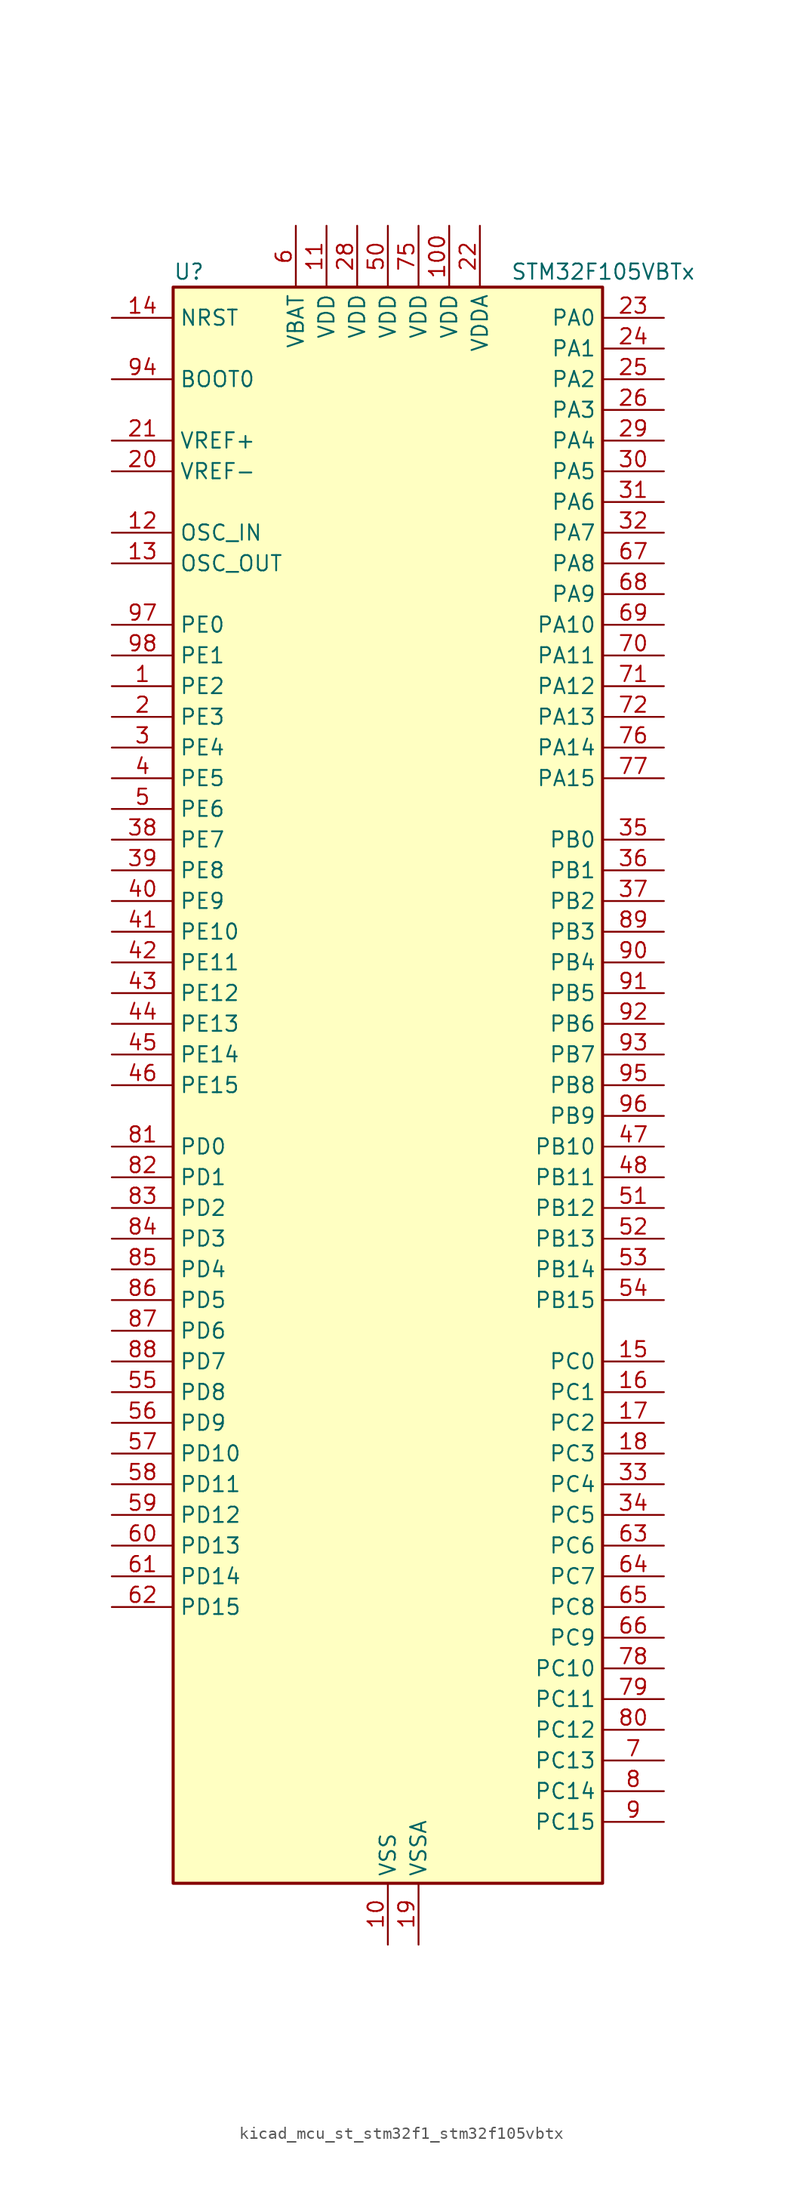
<source format=kicad_sym>
(kicad_symbol_lib
  (version 20220914)
  (generator kicad_symbol_editor)
  (symbol "kicad_mcu_st_stm32f1_stm32f105vbtx"
    (property "Reference" "U"
      (at -17.78 67.31 0)
      (effects (font (size 1.27 1.27)) (justify left)))
    (property "Value" "STM32F105VBTx"
      (at 10.16 67.31 0)
      (effects (font (size 1.27 1.27)) (justify left)))
    (property "ki_locked" ""
      (at 0 0 0)
      (effects (font (size 1.27 1.27))))
    (symbol "kicad_mcu_st_stm32f1_stm32f105vbtx_0_1"
      (rectangle (start -17.78 -66.04) (end 17.78 66.04) (stroke (width 0.254) (type default)) (fill (type background))))
    (symbol "kicad_mcu_st_stm32f1_stm32f105vbtx_1_1"
      (pin bidirectional line (at -22.86 33.02 0) (length 5.08) (name "PE2" (effects (font (size 1.27 1.27)))) (number "1" (effects (font (size 1.27 1.27)))) (alternate "SYS_TRACECLK" bidirectional line))
      (pin power_in line (at 0 -71.12 90) (length 5.08) (name "VSS" (effects (font (size 1.27 1.27)))) (number "10" (effects (font (size 1.27 1.27)))))
      (pin power_in line (at 5.08 71.12 270) (length 5.08) (name "VDD" (effects (font (size 1.27 1.27)))) (number "100" (effects (font (size 1.27 1.27)))))
      (pin power_in line (at -5.08 71.12 270) (length 5.08) (name "VDD" (effects (font (size 1.27 1.27)))) (number "11" (effects (font (size 1.27 1.27)))))
      (pin input line (at -22.86 45.72 0) (length 5.08) (name "OSC_IN" (effects (font (size 1.27 1.27)))) (number "12" (effects (font (size 1.27 1.27)))) (alternate "RCC_OSC_IN" bidirectional line))
      (pin input line (at -22.86 43.18 0) (length 5.08) (name "OSC_OUT" (effects (font (size 1.27 1.27)))) (number "13" (effects (font (size 1.27 1.27)))) (alternate "RCC_OSC_OUT" bidirectional line))
      (pin input line (at -22.86 63.5 0) (length 5.08) (name "NRST" (effects (font (size 1.27 1.27)))) (number "14" (effects (font (size 1.27 1.27)))))
      (pin bidirectional line (at 22.86 -22.86 180) (length 5.08) (name "PC0" (effects (font (size 1.27 1.27)))) (number "15" (effects (font (size 1.27 1.27)))) (alternate "ADC1_IN10" bidirectional line) (alternate "ADC2_IN10" bidirectional line))
      (pin bidirectional line (at 22.86 -25.4 180) (length 5.08) (name "PC1" (effects (font (size 1.27 1.27)))) (number "16" (effects (font (size 1.27 1.27)))) (alternate "ADC1_IN11" bidirectional line) (alternate "ADC2_IN11" bidirectional line))
      (pin bidirectional line (at 22.86 -27.94 180) (length 5.08) (name "PC2" (effects (font (size 1.27 1.27)))) (number "17" (effects (font (size 1.27 1.27)))) (alternate "ADC1_IN12" bidirectional line) (alternate "ADC2_IN12" bidirectional line))
      (pin bidirectional line (at 22.86 -30.48 180) (length 5.08) (name "PC3" (effects (font (size 1.27 1.27)))) (number "18" (effects (font (size 1.27 1.27)))) (alternate "ADC1_IN13" bidirectional line) (alternate "ADC2_IN13" bidirectional line))
      (pin power_in line (at 2.54 -71.12 90) (length 5.08) (name "VSSA" (effects (font (size 1.27 1.27)))) (number "19" (effects (font (size 1.27 1.27)))))
      (pin bidirectional line (at -22.86 30.48 0) (length 5.08) (name "PE3" (effects (font (size 1.27 1.27)))) (number "2" (effects (font (size 1.27 1.27)))) (alternate "SYS_TRACED0" bidirectional line))
      (pin input line (at -22.86 50.8 0) (length 5.08) (name "VREF-" (effects (font (size 1.27 1.27)))) (number "20" (effects (font (size 1.27 1.27)))))
      (pin input line (at -22.86 53.34 0) (length 5.08) (name "VREF+" (effects (font (size 1.27 1.27)))) (number "21" (effects (font (size 1.27 1.27)))))
      (pin power_in line (at 7.62 71.12 270) (length 5.08) (name "VDDA" (effects (font (size 1.27 1.27)))) (number "22" (effects (font (size 1.27 1.27)))))
      (pin bidirectional line (at 22.86 63.5 180) (length 5.08) (name "PA0" (effects (font (size 1.27 1.27)))) (number "23" (effects (font (size 1.27 1.27)))) (alternate "ADC1_IN0" bidirectional line) (alternate "ADC2_IN0" bidirectional line) (alternate "SYS_WKUP" bidirectional line) (alternate "TIM2_CH1" bidirectional line) (alternate "TIM2_ETR" bidirectional line) (alternate "TIM5_CH1" bidirectional line) (alternate "USART2_CTS" bidirectional line))
      (pin bidirectional line (at 22.86 60.96 180) (length 5.08) (name "PA1" (effects (font (size 1.27 1.27)))) (number "24" (effects (font (size 1.27 1.27)))) (alternate "ADC1_IN1" bidirectional line) (alternate "ADC2_IN1" bidirectional line) (alternate "TIM2_CH2" bidirectional line) (alternate "TIM5_CH2" bidirectional line) (alternate "USART2_RTS" bidirectional line))
      (pin bidirectional line (at 22.86 58.42 180) (length 5.08) (name "PA2" (effects (font (size 1.27 1.27)))) (number "25" (effects (font (size 1.27 1.27)))) (alternate "ADC1_IN2" bidirectional line) (alternate "ADC2_IN2" bidirectional line) (alternate "TIM2_CH3" bidirectional line) (alternate "TIM5_CH3" bidirectional line) (alternate "USART2_TX" bidirectional line))
      (pin bidirectional line (at 22.86 55.88 180) (length 5.08) (name "PA3" (effects (font (size 1.27 1.27)))) (number "26" (effects (font (size 1.27 1.27)))) (alternate "ADC1_IN3" bidirectional line) (alternate "ADC2_IN3" bidirectional line) (alternate "TIM2_CH4" bidirectional line) (alternate "TIM5_CH4" bidirectional line) (alternate "USART2_RX" bidirectional line))
      (pin passive line (at 0 -71.12 90) (length 5.08) hide (name "VSS" (effects (font (size 1.27 1.27)))) (number "27" (effects (font (size 1.27 1.27)))))
      (pin power_in line (at -2.54 71.12 270) (length 5.08) (name "VDD" (effects (font (size 1.27 1.27)))) (number "28" (effects (font (size 1.27 1.27)))))
      (pin bidirectional line (at 22.86 53.34 180) (length 5.08) (name "PA4" (effects (font (size 1.27 1.27)))) (number "29" (effects (font (size 1.27 1.27)))) (alternate "ADC1_IN4" bidirectional line) (alternate "ADC2_IN4" bidirectional line) (alternate "DAC_OUT1" bidirectional line) (alternate "I2S3_WS" bidirectional line) (alternate "SPI1_NSS" bidirectional line) (alternate "SPI3_NSS" bidirectional line) (alternate "USART2_CK" bidirectional line))
      (pin bidirectional line (at -22.86 27.94 0) (length 5.08) (name "PE4" (effects (font (size 1.27 1.27)))) (number "3" (effects (font (size 1.27 1.27)))) (alternate "SYS_TRACED1" bidirectional line))
      (pin bidirectional line (at 22.86 50.8 180) (length 5.08) (name "PA5" (effects (font (size 1.27 1.27)))) (number "30" (effects (font (size 1.27 1.27)))) (alternate "ADC1_IN5" bidirectional line) (alternate "ADC2_IN5" bidirectional line) (alternate "DAC_OUT2" bidirectional line) (alternate "SPI1_SCK" bidirectional line))
      (pin bidirectional line (at 22.86 48.26 180) (length 5.08) (name "PA6" (effects (font (size 1.27 1.27)))) (number "31" (effects (font (size 1.27 1.27)))) (alternate "ADC1_IN6" bidirectional line) (alternate "ADC2_IN6" bidirectional line) (alternate "SPI1_MISO" bidirectional line) (alternate "TIM1_BKIN" bidirectional line) (alternate "TIM3_CH1" bidirectional line))
      (pin bidirectional line (at 22.86 45.72 180) (length 5.08) (name "PA7" (effects (font (size 1.27 1.27)))) (number "32" (effects (font (size 1.27 1.27)))) (alternate "ADC1_IN7" bidirectional line) (alternate "ADC2_IN7" bidirectional line) (alternate "SPI1_MOSI" bidirectional line) (alternate "TIM1_CH1N" bidirectional line) (alternate "TIM3_CH2" bidirectional line))
      (pin bidirectional line (at 22.86 -33.02 180) (length 5.08) (name "PC4" (effects (font (size 1.27 1.27)))) (number "33" (effects (font (size 1.27 1.27)))) (alternate "ADC1_IN14" bidirectional line) (alternate "ADC2_IN14" bidirectional line))
      (pin bidirectional line (at 22.86 -35.56 180) (length 5.08) (name "PC5" (effects (font (size 1.27 1.27)))) (number "34" (effects (font (size 1.27 1.27)))) (alternate "ADC1_IN15" bidirectional line) (alternate "ADC2_IN15" bidirectional line))
      (pin bidirectional line (at 22.86 20.32 180) (length 5.08) (name "PB0" (effects (font (size 1.27 1.27)))) (number "35" (effects (font (size 1.27 1.27)))) (alternate "ADC1_IN8" bidirectional line) (alternate "ADC2_IN8" bidirectional line) (alternate "TIM1_CH2N" bidirectional line) (alternate "TIM3_CH3" bidirectional line))
      (pin bidirectional line (at 22.86 17.78 180) (length 5.08) (name "PB1" (effects (font (size 1.27 1.27)))) (number "36" (effects (font (size 1.27 1.27)))) (alternate "ADC1_IN9" bidirectional line) (alternate "ADC2_IN9" bidirectional line) (alternate "TIM1_CH3N" bidirectional line) (alternate "TIM3_CH4" bidirectional line))
      (pin bidirectional line (at 22.86 15.24 180) (length 5.08) (name "PB2" (effects (font (size 1.27 1.27)))) (number "37" (effects (font (size 1.27 1.27)))))
      (pin bidirectional line (at -22.86 20.32 0) (length 5.08) (name "PE7" (effects (font (size 1.27 1.27)))) (number "38" (effects (font (size 1.27 1.27)))) (alternate "TIM1_ETR" bidirectional line))
      (pin bidirectional line (at -22.86 17.78 0) (length 5.08) (name "PE8" (effects (font (size 1.27 1.27)))) (number "39" (effects (font (size 1.27 1.27)))) (alternate "TIM1_CH1N" bidirectional line))
      (pin bidirectional line (at -22.86 25.4 0) (length 5.08) (name "PE5" (effects (font (size 1.27 1.27)))) (number "4" (effects (font (size 1.27 1.27)))) (alternate "SYS_TRACED2" bidirectional line))
      (pin bidirectional line (at -22.86 15.24 0) (length 5.08) (name "PE9" (effects (font (size 1.27 1.27)))) (number "40" (effects (font (size 1.27 1.27)))) (alternate "DAC_EXTI9" bidirectional line) (alternate "TIM1_CH1" bidirectional line))
      (pin bidirectional line (at -22.86 12.7 0) (length 5.08) (name "PE10" (effects (font (size 1.27 1.27)))) (number "41" (effects (font (size 1.27 1.27)))) (alternate "TIM1_CH2N" bidirectional line))
      (pin bidirectional line (at -22.86 10.16 0) (length 5.08) (name "PE11" (effects (font (size 1.27 1.27)))) (number "42" (effects (font (size 1.27 1.27)))) (alternate "ADC1_EXTI11" bidirectional line) (alternate "ADC2_EXTI11" bidirectional line) (alternate "TIM1_CH2" bidirectional line))
      (pin bidirectional line (at -22.86 7.62 0) (length 5.08) (name "PE12" (effects (font (size 1.27 1.27)))) (number "43" (effects (font (size 1.27 1.27)))) (alternate "TIM1_CH3N" bidirectional line))
      (pin bidirectional line (at -22.86 5.08 0) (length 5.08) (name "PE13" (effects (font (size 1.27 1.27)))) (number "44" (effects (font (size 1.27 1.27)))) (alternate "TIM1_CH3" bidirectional line))
      (pin bidirectional line (at -22.86 2.54 0) (length 5.08) (name "PE14" (effects (font (size 1.27 1.27)))) (number "45" (effects (font (size 1.27 1.27)))) (alternate "TIM1_CH4" bidirectional line))
      (pin bidirectional line (at -22.86 0 0) (length 5.08) (name "PE15" (effects (font (size 1.27 1.27)))) (number "46" (effects (font (size 1.27 1.27)))) (alternate "ADC1_EXTI15" bidirectional line) (alternate "ADC2_EXTI15" bidirectional line) (alternate "TIM1_BKIN" bidirectional line))
      (pin bidirectional line (at 22.86 -5.08 180) (length 5.08) (name "PB10" (effects (font (size 1.27 1.27)))) (number "47" (effects (font (size 1.27 1.27)))) (alternate "I2C2_SCL" bidirectional line) (alternate "TIM2_CH3" bidirectional line) (alternate "USART3_TX" bidirectional line))
      (pin bidirectional line (at 22.86 -7.62 180) (length 5.08) (name "PB11" (effects (font (size 1.27 1.27)))) (number "48" (effects (font (size 1.27 1.27)))) (alternate "ADC1_EXTI11" bidirectional line) (alternate "ADC2_EXTI11" bidirectional line) (alternate "I2C2_SDA" bidirectional line) (alternate "TIM2_CH4" bidirectional line) (alternate "USART3_RX" bidirectional line))
      (pin passive line (at 0 -71.12 90) (length 5.08) hide (name "VSS" (effects (font (size 1.27 1.27)))) (number "49" (effects (font (size 1.27 1.27)))))
      (pin bidirectional line (at -22.86 22.86 0) (length 5.08) (name "PE6" (effects (font (size 1.27 1.27)))) (number "5" (effects (font (size 1.27 1.27)))) (alternate "SYS_TRACED3" bidirectional line))
      (pin power_in line (at 0 71.12 270) (length 5.08) (name "VDD" (effects (font (size 1.27 1.27)))) (number "50" (effects (font (size 1.27 1.27)))))
      (pin bidirectional line (at 22.86 -10.16 180) (length 5.08) (name "PB12" (effects (font (size 1.27 1.27)))) (number "51" (effects (font (size 1.27 1.27)))) (alternate "CAN2_RX" bidirectional line) (alternate "I2C2_SMBA" bidirectional line) (alternate "I2S2_WS" bidirectional line) (alternate "SPI2_NSS" bidirectional line) (alternate "TIM1_BKIN" bidirectional line) (alternate "USART3_CK" bidirectional line))
      (pin bidirectional line (at 22.86 -12.7 180) (length 5.08) (name "PB13" (effects (font (size 1.27 1.27)))) (number "52" (effects (font (size 1.27 1.27)))) (alternate "CAN2_TX" bidirectional line) (alternate "I2S2_CK" bidirectional line) (alternate "SPI2_SCK" bidirectional line) (alternate "TIM1_CH1N" bidirectional line) (alternate "USART3_CTS" bidirectional line))
      (pin bidirectional line (at 22.86 -15.24 180) (length 5.08) (name "PB14" (effects (font (size 1.27 1.27)))) (number "53" (effects (font (size 1.27 1.27)))) (alternate "SPI2_MISO" bidirectional line) (alternate "TIM1_CH2N" bidirectional line) (alternate "USART3_RTS" bidirectional line))
      (pin bidirectional line (at 22.86 -17.78 180) (length 5.08) (name "PB15" (effects (font (size 1.27 1.27)))) (number "54" (effects (font (size 1.27 1.27)))) (alternate "ADC1_EXTI15" bidirectional line) (alternate "ADC2_EXTI15" bidirectional line) (alternate "I2S2_SD" bidirectional line) (alternate "SPI2_MOSI" bidirectional line) (alternate "TIM1_CH3N" bidirectional line))
      (pin bidirectional line (at -22.86 -25.4 0) (length 5.08) (name "PD8" (effects (font (size 1.27 1.27)))) (number "55" (effects (font (size 1.27 1.27)))) (alternate "USART3_TX" bidirectional line))
      (pin bidirectional line (at -22.86 -27.94 0) (length 5.08) (name "PD9" (effects (font (size 1.27 1.27)))) (number "56" (effects (font (size 1.27 1.27)))) (alternate "DAC_EXTI9" bidirectional line) (alternate "USART3_RX" bidirectional line))
      (pin bidirectional line (at -22.86 -30.48 0) (length 5.08) (name "PD10" (effects (font (size 1.27 1.27)))) (number "57" (effects (font (size 1.27 1.27)))) (alternate "USART3_CK" bidirectional line))
      (pin bidirectional line (at -22.86 -33.02 0) (length 5.08) (name "PD11" (effects (font (size 1.27 1.27)))) (number "58" (effects (font (size 1.27 1.27)))) (alternate "ADC1_EXTI11" bidirectional line) (alternate "ADC2_EXTI11" bidirectional line) (alternate "USART3_CTS" bidirectional line))
      (pin bidirectional line (at -22.86 -35.56 0) (length 5.08) (name "PD12" (effects (font (size 1.27 1.27)))) (number "59" (effects (font (size 1.27 1.27)))) (alternate "TIM4_CH1" bidirectional line) (alternate "USART3_RTS" bidirectional line))
      (pin power_in line (at -7.62 71.12 270) (length 5.08) (name "VBAT" (effects (font (size 1.27 1.27)))) (number "6" (effects (font (size 1.27 1.27)))))
      (pin bidirectional line (at -22.86 -38.1 0) (length 5.08) (name "PD13" (effects (font (size 1.27 1.27)))) (number "60" (effects (font (size 1.27 1.27)))) (alternate "TIM4_CH2" bidirectional line))
      (pin bidirectional line (at -22.86 -40.64 0) (length 5.08) (name "PD14" (effects (font (size 1.27 1.27)))) (number "61" (effects (font (size 1.27 1.27)))) (alternate "TIM4_CH3" bidirectional line))
      (pin bidirectional line (at -22.86 -43.18 0) (length 5.08) (name "PD15" (effects (font (size 1.27 1.27)))) (number "62" (effects (font (size 1.27 1.27)))) (alternate "ADC1_EXTI15" bidirectional line) (alternate "ADC2_EXTI15" bidirectional line) (alternate "TIM4_CH4" bidirectional line))
      (pin bidirectional line (at 22.86 -38.1 180) (length 5.08) (name "PC6" (effects (font (size 1.27 1.27)))) (number "63" (effects (font (size 1.27 1.27)))) (alternate "I2S2_MCK" bidirectional line) (alternate "TIM3_CH1" bidirectional line))
      (pin bidirectional line (at 22.86 -40.64 180) (length 5.08) (name "PC7" (effects (font (size 1.27 1.27)))) (number "64" (effects (font (size 1.27 1.27)))) (alternate "I2S3_MCK" bidirectional line) (alternate "TIM3_CH2" bidirectional line))
      (pin bidirectional line (at 22.86 -43.18 180) (length 5.08) (name "PC8" (effects (font (size 1.27 1.27)))) (number "65" (effects (font (size 1.27 1.27)))) (alternate "TIM3_CH3" bidirectional line))
      (pin bidirectional line (at 22.86 -45.72 180) (length 5.08) (name "PC9" (effects (font (size 1.27 1.27)))) (number "66" (effects (font (size 1.27 1.27)))) (alternate "DAC_EXTI9" bidirectional line) (alternate "TIM3_CH4" bidirectional line))
      (pin bidirectional line (at 22.86 43.18 180) (length 5.08) (name "PA8" (effects (font (size 1.27 1.27)))) (number "67" (effects (font (size 1.27 1.27)))) (alternate "RCC_MCO" bidirectional line) (alternate "TIM1_CH1" bidirectional line) (alternate "USART1_CK" bidirectional line) (alternate "USB_OTG_FS_SOF" bidirectional line))
      (pin bidirectional line (at 22.86 40.64 180) (length 5.08) (name "PA9" (effects (font (size 1.27 1.27)))) (number "68" (effects (font (size 1.27 1.27)))) (alternate "DAC_EXTI9" bidirectional line) (alternate "TIM1_CH2" bidirectional line) (alternate "USART1_TX" bidirectional line) (alternate "USB_OTG_FS_VBUS" bidirectional line))
      (pin bidirectional line (at 22.86 38.1 180) (length 5.08) (name "PA10" (effects (font (size 1.27 1.27)))) (number "69" (effects (font (size 1.27 1.27)))) (alternate "TIM1_CH3" bidirectional line) (alternate "USART1_RX" bidirectional line) (alternate "USB_OTG_FS_ID" bidirectional line))
      (pin bidirectional line (at 22.86 -55.88 180) (length 5.08) (name "PC13" (effects (font (size 1.27 1.27)))) (number "7" (effects (font (size 1.27 1.27)))) (alternate "RTC_OUT" bidirectional line) (alternate "RTC_TAMPER" bidirectional line))
      (pin bidirectional line (at 22.86 35.56 180) (length 5.08) (name "PA11" (effects (font (size 1.27 1.27)))) (number "70" (effects (font (size 1.27 1.27)))) (alternate "ADC1_EXTI11" bidirectional line) (alternate "ADC2_EXTI11" bidirectional line) (alternate "CAN1_RX" bidirectional line) (alternate "TIM1_CH4" bidirectional line) (alternate "USART1_CTS" bidirectional line) (alternate "USB_OTG_FS_DM" bidirectional line))
      (pin bidirectional line (at 22.86 33.02 180) (length 5.08) (name "PA12" (effects (font (size 1.27 1.27)))) (number "71" (effects (font (size 1.27 1.27)))) (alternate "CAN1_TX" bidirectional line) (alternate "TIM1_ETR" bidirectional line) (alternate "USART1_RTS" bidirectional line) (alternate "USB_OTG_FS_DP" bidirectional line))
      (pin bidirectional line (at 22.86 30.48 180) (length 5.08) (name "PA13" (effects (font (size 1.27 1.27)))) (number "72" (effects (font (size 1.27 1.27)))) (alternate "SYS_JTMS-SWDIO" bidirectional line))
      (pin no_connect line (at -17.78 -66.04 0) (length 5.08) hide (name "NC" (effects (font (size 1.27 1.27)))) (number "73" (effects (font (size 1.27 1.27)))))
      (pin passive line (at 0 -71.12 90) (length 5.08) hide (name "VSS" (effects (font (size 1.27 1.27)))) (number "74" (effects (font (size 1.27 1.27)))))
      (pin power_in line (at 2.54 71.12 270) (length 5.08) (name "VDD" (effects (font (size 1.27 1.27)))) (number "75" (effects (font (size 1.27 1.27)))))
      (pin bidirectional line (at 22.86 27.94 180) (length 5.08) (name "PA14" (effects (font (size 1.27 1.27)))) (number "76" (effects (font (size 1.27 1.27)))) (alternate "SYS_JTCK-SWCLK" bidirectional line))
      (pin bidirectional line (at 22.86 25.4 180) (length 5.08) (name "PA15" (effects (font (size 1.27 1.27)))) (number "77" (effects (font (size 1.27 1.27)))) (alternate "ADC1_EXTI15" bidirectional line) (alternate "ADC2_EXTI15" bidirectional line) (alternate "I2S3_WS" bidirectional line) (alternate "SPI1_NSS" bidirectional line) (alternate "SPI3_NSS" bidirectional line) (alternate "SYS_JTDI" bidirectional line) (alternate "TIM2_CH1" bidirectional line) (alternate "TIM2_ETR" bidirectional line))
      (pin bidirectional line (at 22.86 -48.26 180) (length 5.08) (name "PC10" (effects (font (size 1.27 1.27)))) (number "78" (effects (font (size 1.27 1.27)))) (alternate "I2S3_CK" bidirectional line) (alternate "SPI3_SCK" bidirectional line) (alternate "UART4_TX" bidirectional line) (alternate "USART3_TX" bidirectional line))
      (pin bidirectional line (at 22.86 -50.8 180) (length 5.08) (name "PC11" (effects (font (size 1.27 1.27)))) (number "79" (effects (font (size 1.27 1.27)))) (alternate "ADC1_EXTI11" bidirectional line) (alternate "ADC2_EXTI11" bidirectional line) (alternate "SPI3_MISO" bidirectional line) (alternate "UART4_RX" bidirectional line) (alternate "USART3_RX" bidirectional line))
      (pin bidirectional line (at 22.86 -58.42 180) (length 5.08) (name "PC14" (effects (font (size 1.27 1.27)))) (number "8" (effects (font (size 1.27 1.27)))) (alternate "RCC_OSC32_IN" bidirectional line))
      (pin bidirectional line (at 22.86 -53.34 180) (length 5.08) (name "PC12" (effects (font (size 1.27 1.27)))) (number "80" (effects (font (size 1.27 1.27)))) (alternate "I2S3_SD" bidirectional line) (alternate "SPI3_MOSI" bidirectional line) (alternate "UART5_TX" bidirectional line) (alternate "USART3_CK" bidirectional line))
      (pin bidirectional line (at -22.86 -5.08 0) (length 5.08) (name "PD0" (effects (font (size 1.27 1.27)))) (number "81" (effects (font (size 1.27 1.27)))) (alternate "CAN1_RX" bidirectional line))
      (pin bidirectional line (at -22.86 -7.62 0) (length 5.08) (name "PD1" (effects (font (size 1.27 1.27)))) (number "82" (effects (font (size 1.27 1.27)))) (alternate "CAN1_TX" bidirectional line))
      (pin bidirectional line (at -22.86 -10.16 0) (length 5.08) (name "PD2" (effects (font (size 1.27 1.27)))) (number "83" (effects (font (size 1.27 1.27)))) (alternate "TIM3_ETR" bidirectional line) (alternate "UART5_RX" bidirectional line))
      (pin bidirectional line (at -22.86 -12.7 0) (length 5.08) (name "PD3" (effects (font (size 1.27 1.27)))) (number "84" (effects (font (size 1.27 1.27)))) (alternate "USART2_CTS" bidirectional line))
      (pin bidirectional line (at -22.86 -15.24 0) (length 5.08) (name "PD4" (effects (font (size 1.27 1.27)))) (number "85" (effects (font (size 1.27 1.27)))) (alternate "USART2_RTS" bidirectional line))
      (pin bidirectional line (at -22.86 -17.78 0) (length 5.08) (name "PD5" (effects (font (size 1.27 1.27)))) (number "86" (effects (font (size 1.27 1.27)))) (alternate "USART2_TX" bidirectional line))
      (pin bidirectional line (at -22.86 -20.32 0) (length 5.08) (name "PD6" (effects (font (size 1.27 1.27)))) (number "87" (effects (font (size 1.27 1.27)))) (alternate "USART2_RX" bidirectional line))
      (pin bidirectional line (at -22.86 -22.86 0) (length 5.08) (name "PD7" (effects (font (size 1.27 1.27)))) (number "88" (effects (font (size 1.27 1.27)))) (alternate "USART2_CK" bidirectional line))
      (pin bidirectional line (at 22.86 12.7 180) (length 5.08) (name "PB3" (effects (font (size 1.27 1.27)))) (number "89" (effects (font (size 1.27 1.27)))) (alternate "I2S3_CK" bidirectional line) (alternate "SPI1_SCK" bidirectional line) (alternate "SPI3_SCK" bidirectional line) (alternate "SYS_JTDO" bidirectional line) (alternate "SYS_TRACESWO" bidirectional line) (alternate "TIM2_CH2" bidirectional line))
      (pin bidirectional line (at 22.86 -60.96 180) (length 5.08) (name "PC15" (effects (font (size 1.27 1.27)))) (number "9" (effects (font (size 1.27 1.27)))) (alternate "ADC1_EXTI15" bidirectional line) (alternate "ADC2_EXTI15" bidirectional line) (alternate "RCC_OSC32_OUT" bidirectional line))
      (pin bidirectional line (at 22.86 10.16 180) (length 5.08) (name "PB4" (effects (font (size 1.27 1.27)))) (number "90" (effects (font (size 1.27 1.27)))) (alternate "SPI1_MISO" bidirectional line) (alternate "SPI3_MISO" bidirectional line) (alternate "SYS_NJTRST" bidirectional line) (alternate "TIM3_CH1" bidirectional line))
      (pin bidirectional line (at 22.86 7.62 180) (length 5.08) (name "PB5" (effects (font (size 1.27 1.27)))) (number "91" (effects (font (size 1.27 1.27)))) (alternate "CAN2_RX" bidirectional line) (alternate "I2C1_SMBA" bidirectional line) (alternate "I2S3_SD" bidirectional line) (alternate "SPI1_MOSI" bidirectional line) (alternate "SPI3_MOSI" bidirectional line) (alternate "TIM3_CH2" bidirectional line))
      (pin bidirectional line (at 22.86 5.08 180) (length 5.08) (name "PB6" (effects (font (size 1.27 1.27)))) (number "92" (effects (font (size 1.27 1.27)))) (alternate "CAN2_TX" bidirectional line) (alternate "I2C1_SCL" bidirectional line) (alternate "TIM4_CH1" bidirectional line) (alternate "USART1_TX" bidirectional line))
      (pin bidirectional line (at 22.86 2.54 180) (length 5.08) (name "PB7" (effects (font (size 1.27 1.27)))) (number "93" (effects (font (size 1.27 1.27)))) (alternate "I2C1_SDA" bidirectional line) (alternate "TIM4_CH2" bidirectional line) (alternate "USART1_RX" bidirectional line))
      (pin input line (at -22.86 58.42 0) (length 5.08) (name "BOOT0" (effects (font (size 1.27 1.27)))) (number "94" (effects (font (size 1.27 1.27)))))
      (pin bidirectional line (at 22.86 0 180) (length 5.08) (name "PB8" (effects (font (size 1.27 1.27)))) (number "95" (effects (font (size 1.27 1.27)))) (alternate "CAN1_RX" bidirectional line) (alternate "I2C1_SCL" bidirectional line) (alternate "TIM4_CH3" bidirectional line))
      (pin bidirectional line (at 22.86 -2.54 180) (length 5.08) (name "PB9" (effects (font (size 1.27 1.27)))) (number "96" (effects (font (size 1.27 1.27)))) (alternate "CAN1_TX" bidirectional line) (alternate "DAC_EXTI9" bidirectional line) (alternate "I2C1_SDA" bidirectional line) (alternate "TIM4_CH4" bidirectional line))
      (pin bidirectional line (at -22.86 38.1 0) (length 5.08) (name "PE0" (effects (font (size 1.27 1.27)))) (number "97" (effects (font (size 1.27 1.27)))) (alternate "TIM4_ETR" bidirectional line))
      (pin bidirectional line (at -22.86 35.56 0) (length 5.08) (name "PE1" (effects (font (size 1.27 1.27)))) (number "98" (effects (font (size 1.27 1.27)))))
      (pin passive line (at 0 -71.12 90) (length 5.08) hide (name "VSS" (effects (font (size 1.27 1.27)))) (number "99" (effects (font (size 1.27 1.27))))))))
</source>
